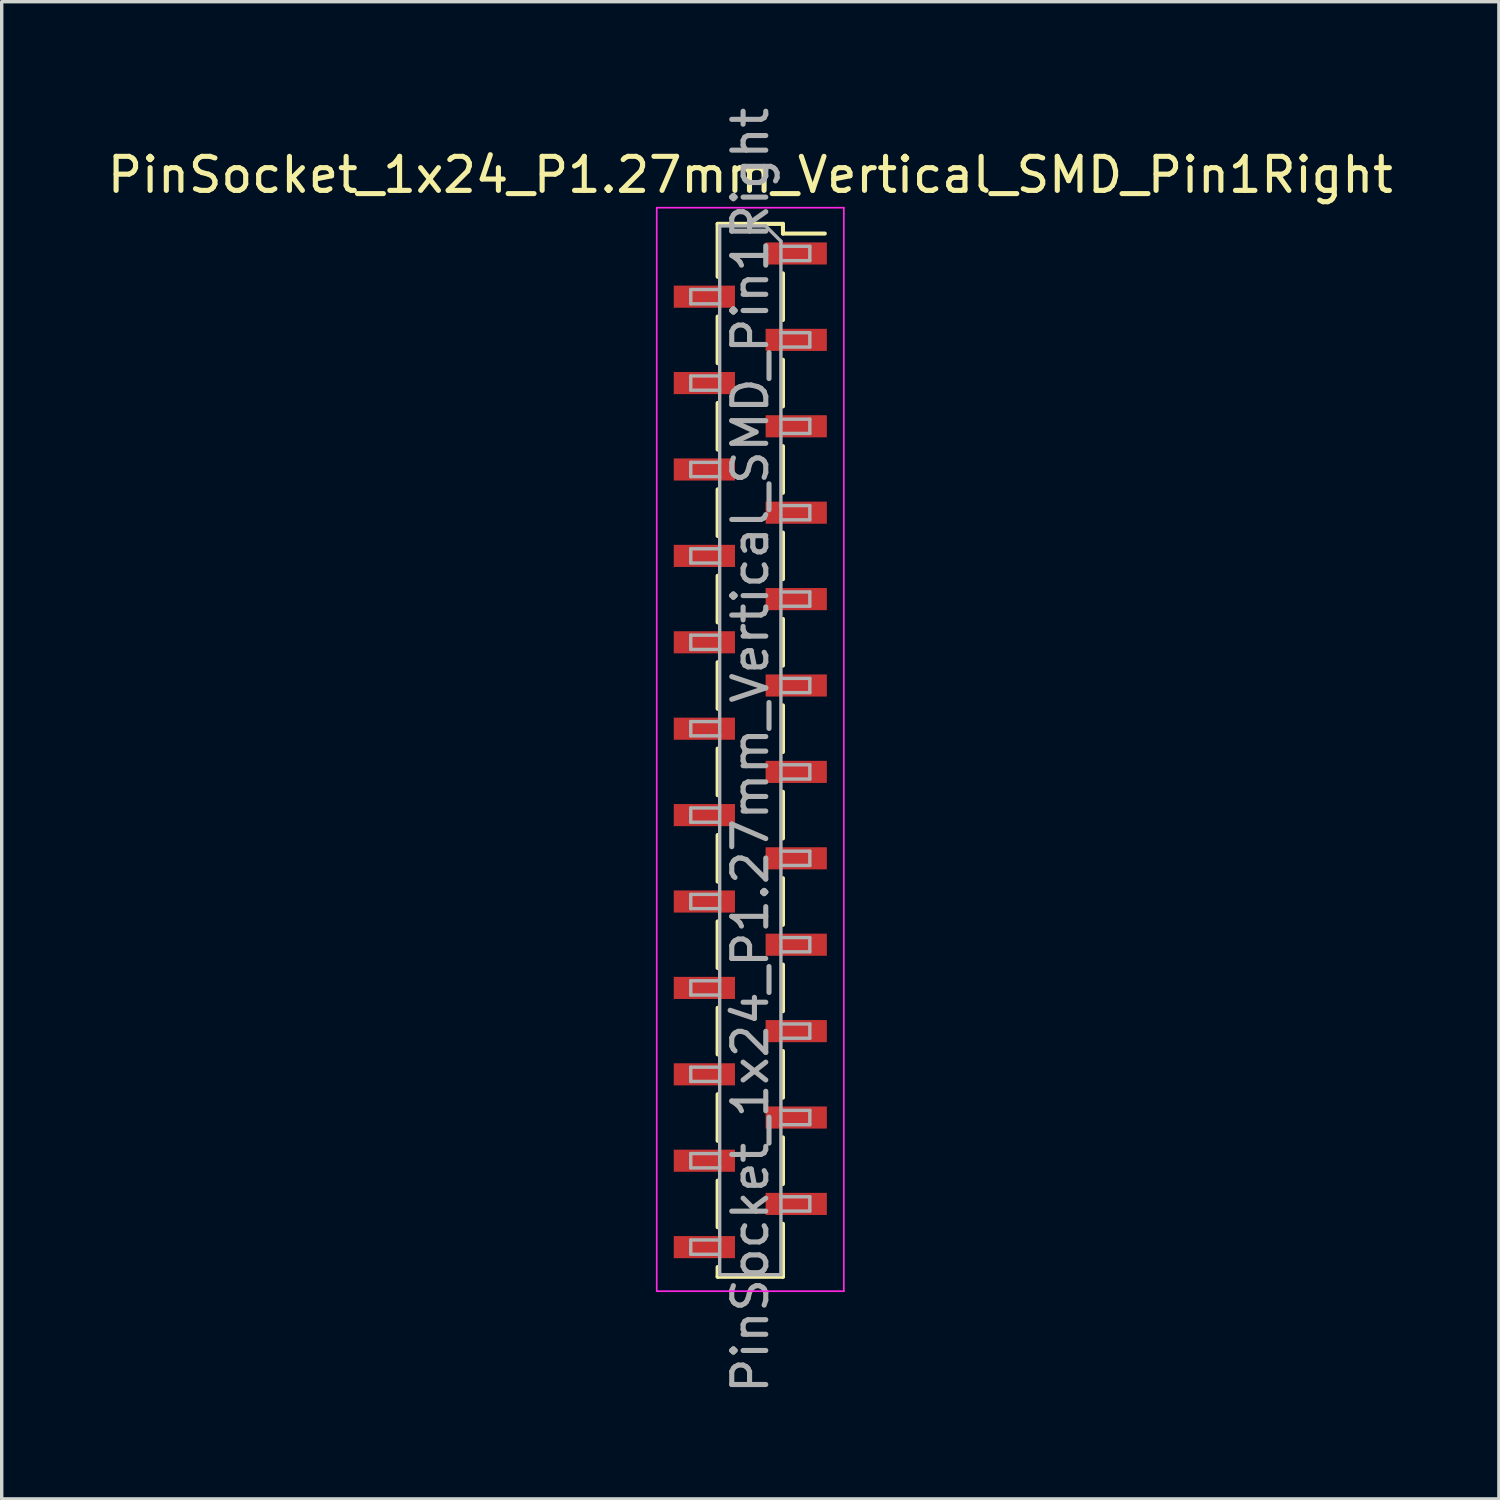
<source format=kicad_pcb>
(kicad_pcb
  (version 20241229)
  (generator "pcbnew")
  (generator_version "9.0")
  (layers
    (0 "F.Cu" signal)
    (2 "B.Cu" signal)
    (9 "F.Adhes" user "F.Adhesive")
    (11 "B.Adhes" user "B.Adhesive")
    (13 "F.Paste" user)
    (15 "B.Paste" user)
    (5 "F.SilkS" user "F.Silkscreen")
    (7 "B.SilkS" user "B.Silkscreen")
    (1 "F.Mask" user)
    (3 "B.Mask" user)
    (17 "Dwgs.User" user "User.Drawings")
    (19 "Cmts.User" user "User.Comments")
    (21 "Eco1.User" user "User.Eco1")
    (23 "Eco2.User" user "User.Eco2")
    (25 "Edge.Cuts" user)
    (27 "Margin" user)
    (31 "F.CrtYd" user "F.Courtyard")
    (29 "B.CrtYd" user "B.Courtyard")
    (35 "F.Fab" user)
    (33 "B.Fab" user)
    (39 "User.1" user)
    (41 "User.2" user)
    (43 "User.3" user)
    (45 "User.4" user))
  (footprint "PinSocket_1x24_P1.27mm_Vertical_SMD_Pin1Right"
    (layer "F.Cu")
    (at 19.006 19.006)
    (property "Reference" "PinSocket_1x24_P1.27mm_Vertical_SMD_Pin1Right" (at 0 -16.915 0) (layer "F.SilkS") (effects (font (size 1 1) (thickness 0.15))))
    (attr smd)
    (fp_line (start -0.96 -15.475) (end -0.96 -13.92) (stroke (width 0.12) (type solid)) (layer "F.SilkS"))
    (fp_line (start -0.96 -15.475) (end 0.96 -15.475) (stroke (width 0.12) (type solid)) (layer "F.SilkS"))
    (fp_line (start -0.96 -12.75) (end -0.96 -11.38) (stroke (width 0.12) (type solid)) (layer "F.SilkS"))
    (fp_line (start -0.96 -10.21) (end -0.96 -8.84) (stroke (width 0.12) (type solid)) (layer "F.SilkS"))
    (fp_line (start -0.96 -7.67) (end -0.96 -6.3) (stroke (width 0.12) (type solid)) (layer "F.SilkS"))
    (fp_line (start -0.96 -5.13) (end -0.96 -3.76) (stroke (width 0.12) (type solid)) (layer "F.SilkS"))
    (fp_line (start -0.96 -2.59) (end -0.96 -1.22) (stroke (width 0.12) (type solid)) (layer "F.SilkS"))
    (fp_line (start -0.96 -0.05) (end -0.96 1.32) (stroke (width 0.12) (type solid)) (layer "F.SilkS"))
    (fp_line (start -0.96 2.49) (end -0.96 3.86) (stroke (width 0.12) (type solid)) (layer "F.SilkS"))
    (fp_line (start -0.96 5.03) (end -0.96 6.4) (stroke (width 0.12) (type solid)) (layer "F.SilkS"))
    (fp_line (start -0.96 7.57) (end -0.96 8.94) (stroke (width 0.12) (type solid)) (layer "F.SilkS"))
    (fp_line (start -0.96 10.11) (end -0.96 11.48) (stroke (width 0.12) (type solid)) (layer "F.SilkS"))
    (fp_line (start -0.96 12.65) (end -0.96 14.02) (stroke (width 0.12) (type solid)) (layer "F.SilkS"))
    (fp_line (start -0.96 15.19) (end -0.96 15.475) (stroke (width 0.12) (type solid)) (layer "F.SilkS"))
    (fp_line (start -0.96 15.475) (end 0.96 15.475) (stroke (width 0.12) (type solid)) (layer "F.SilkS"))
    (fp_line (start 0.96 -15.475) (end 0.96 -15.19) (stroke (width 0.12) (type solid)) (layer "F.SilkS"))
    (fp_line (start 0.96 -15.19) (end 2.19 -15.19) (stroke (width 0.12) (type solid)) (layer "F.SilkS"))
    (fp_line (start 0.96 -14.02) (end 0.96 -12.65) (stroke (width 0.12) (type solid)) (layer "F.SilkS"))
    (fp_line (start 0.96 -11.48) (end 0.96 -10.11) (stroke (width 0.12) (type solid)) (layer "F.SilkS"))
    (fp_line (start 0.96 -8.94) (end 0.96 -7.57) (stroke (width 0.12) (type solid)) (layer "F.SilkS"))
    (fp_line (start 0.96 -6.4) (end 0.96 -5.03) (stroke (width 0.12) (type solid)) (layer "F.SilkS"))
    (fp_line (start 0.96 -3.86) (end 0.96 -2.49) (stroke (width 0.12) (type solid)) (layer "F.SilkS"))
    (fp_line (start 0.96 -1.32) (end 0.96 0.05) (stroke (width 0.12) (type solid)) (layer "F.SilkS"))
    (fp_line (start 0.96 1.22) (end 0.96 2.59) (stroke (width 0.12) (type solid)) (layer "F.SilkS"))
    (fp_line (start 0.96 3.76) (end 0.96 5.13) (stroke (width 0.12) (type solid)) (layer "F.SilkS"))
    (fp_line (start 0.96 6.3) (end 0.96 7.67) (stroke (width 0.12) (type solid)) (layer "F.SilkS"))
    (fp_line (start 0.96 8.84) (end 0.96 10.21) (stroke (width 0.12) (type solid)) (layer "F.SilkS"))
    (fp_line (start 0.96 11.38) (end 0.96 12.75) (stroke (width 0.12) (type solid)) (layer "F.SilkS"))
    (fp_line (start 0.96 13.92) (end 0.96 15.475) (stroke (width 0.12) (type solid)) (layer "F.SilkS"))
    (fp_line (start -2.75 -15.95) (end 2.75 -15.95) (stroke (width 0.05) (type solid)) (layer "F.CrtYd"))
    (fp_line (start -2.75 15.9) (end -2.75 -15.95) (stroke (width 0.05) (type solid)) (layer "F.CrtYd"))
    (fp_line (start 2.75 -15.95) (end 2.75 15.9) (stroke (width 0.05) (type solid)) (layer "F.CrtYd"))
    (fp_line (start 2.75 15.9) (end -2.75 15.9) (stroke (width 0.05) (type solid)) (layer "F.CrtYd"))
    (fp_line (start -1.75 -13.545) (end -0.9 -13.545) (stroke (width 0.1) (type solid)) (layer "F.Fab"))
    (fp_line (start -1.75 -13.125) (end -1.75 -13.545) (stroke (width 0.1) (type solid)) (layer "F.Fab"))
    (fp_line (start -1.75 -11.005) (end -0.9 -11.005) (stroke (width 0.1) (type solid)) (layer "F.Fab"))
    (fp_line (start -1.75 -10.585) (end -1.75 -11.005) (stroke (width 0.1) (type solid)) (layer "F.Fab"))
    (fp_line (start -1.75 -8.465) (end -0.9 -8.465) (stroke (width 0.1) (type solid)) (layer "F.Fab"))
    (fp_line (start -1.75 -8.045) (end -1.75 -8.465) (stroke (width 0.1) (type solid)) (layer "F.Fab"))
    (fp_line (start -1.75 -5.925) (end -0.9 -5.925) (stroke (width 0.1) (type solid)) (layer "F.Fab"))
    (fp_line (start -1.75 -5.505) (end -1.75 -5.925) (stroke (width 0.1) (type solid)) (layer "F.Fab"))
    (fp_line (start -1.75 -3.385) (end -0.9 -3.385) (stroke (width 0.1) (type solid)) (layer "F.Fab"))
    (fp_line (start -1.75 -2.965) (end -1.75 -3.385) (stroke (width 0.1) (type solid)) (layer "F.Fab"))
    (fp_line (start -1.75 -0.845) (end -0.9 -0.845) (stroke (width 0.1) (type solid)) (layer "F.Fab"))
    (fp_line (start -1.75 -0.425) (end -1.75 -0.845) (stroke (width 0.1) (type solid)) (layer "F.Fab"))
    (fp_line (start -1.75 1.695) (end -0.9 1.695) (stroke (width 0.1) (type solid)) (layer "F.Fab"))
    (fp_line (start -1.75 2.115) (end -1.75 1.695) (stroke (width 0.1) (type solid)) (layer "F.Fab"))
    (fp_line (start -1.75 4.235) (end -0.9 4.235) (stroke (width 0.1) (type solid)) (layer "F.Fab"))
    (fp_line (start -1.75 4.655) (end -1.75 4.235) (stroke (width 0.1) (type solid)) (layer "F.Fab"))
    (fp_line (start -1.75 6.775) (end -0.9 6.775) (stroke (width 0.1) (type solid)) (layer "F.Fab"))
    (fp_line (start -1.75 7.195) (end -1.75 6.775) (stroke (width 0.1) (type solid)) (layer "F.Fab"))
    (fp_line (start -1.75 9.315) (end -0.9 9.315) (stroke (width 0.1) (type solid)) (layer "F.Fab"))
    (fp_line (start -1.75 9.735) (end -1.75 9.315) (stroke (width 0.1) (type solid)) (layer "F.Fab"))
    (fp_line (start -1.75 11.855) (end -0.9 11.855) (stroke (width 0.1) (type solid)) (layer "F.Fab"))
    (fp_line (start -1.75 12.275) (end -1.75 11.855) (stroke (width 0.1) (type solid)) (layer "F.Fab"))
    (fp_line (start -1.75 14.395) (end -0.9 14.395) (stroke (width 0.1) (type solid)) (layer "F.Fab"))
    (fp_line (start -1.75 14.815) (end -1.75 14.395) (stroke (width 0.1) (type solid)) (layer "F.Fab"))
    (fp_line (start -0.9 -15.415) (end 0.45 -15.415) (stroke (width 0.1) (type solid)) (layer "F.Fab"))
    (fp_line (start -0.9 -13.125) (end -1.75 -13.125) (stroke (width 0.1) (type solid)) (layer "F.Fab"))
    (fp_line (start -0.9 -10.585) (end -1.75 -10.585) (stroke (width 0.1) (type solid)) (layer "F.Fab"))
    (fp_line (start -0.9 -8.045) (end -1.75 -8.045) (stroke (width 0.1) (type solid)) (layer "F.Fab"))
    (fp_line (start -0.9 -5.505) (end -1.75 -5.505) (stroke (width 0.1) (type solid)) (layer "F.Fab"))
    (fp_line (start -0.9 -2.965) (end -1.75 -2.965) (stroke (width 0.1) (type solid)) (layer "F.Fab"))
    (fp_line (start -0.9 -0.425) (end -1.75 -0.425) (stroke (width 0.1) (type solid)) (layer "F.Fab"))
    (fp_line (start -0.9 2.115) (end -1.75 2.115) (stroke (width 0.1) (type solid)) (layer "F.Fab"))
    (fp_line (start -0.9 4.655) (end -1.75 4.655) (stroke (width 0.1) (type solid)) (layer "F.Fab"))
    (fp_line (start -0.9 7.195) (end -1.75 7.195) (stroke (width 0.1) (type solid)) (layer "F.Fab"))
    (fp_line (start -0.9 9.735) (end -1.75 9.735) (stroke (width 0.1) (type solid)) (layer "F.Fab"))
    (fp_line (start -0.9 12.275) (end -1.75 12.275) (stroke (width 0.1) (type solid)) (layer "F.Fab"))
    (fp_line (start -0.9 14.815) (end -1.75 14.815) (stroke (width 0.1) (type solid)) (layer "F.Fab"))
    (fp_line (start -0.9 15.415) (end -0.9 -15.415) (stroke (width 0.1) (type solid)) (layer "F.Fab"))
    (fp_line (start 0.45 -15.415) (end 0.9 -14.965) (stroke (width 0.1) (type solid)) (layer "F.Fab"))
    (fp_line (start 0.9 -14.965) (end 0.9 15.415) (stroke (width 0.1) (type solid)) (layer "F.Fab"))
    (fp_line (start 0.9 -14.815) (end 1.75 -14.815) (stroke (width 0.1) (type solid)) (layer "F.Fab"))
    (fp_line (start 0.9 -12.275) (end 1.75 -12.275) (stroke (width 0.1) (type solid)) (layer "F.Fab"))
    (fp_line (start 0.9 -9.735) (end 1.75 -9.735) (stroke (width 0.1) (type solid)) (layer "F.Fab"))
    (fp_line (start 0.9 -7.195) (end 1.75 -7.195) (stroke (width 0.1) (type solid)) (layer "F.Fab"))
    (fp_line (start 0.9 -4.655) (end 1.75 -4.655) (stroke (width 0.1) (type solid)) (layer "F.Fab"))
    (fp_line (start 0.9 -2.115) (end 1.75 -2.115) (stroke (width 0.1) (type solid)) (layer "F.Fab"))
    (fp_line (start 0.9 0.425) (end 1.75 0.425) (stroke (width 0.1) (type solid)) (layer "F.Fab"))
    (fp_line (start 0.9 2.965) (end 1.75 2.965) (stroke (width 0.1) (type solid)) (layer "F.Fab"))
    (fp_line (start 0.9 5.505) (end 1.75 5.505) (stroke (width 0.1) (type solid)) (layer "F.Fab"))
    (fp_line (start 0.9 8.045) (end 1.75 8.045) (stroke (width 0.1) (type solid)) (layer "F.Fab"))
    (fp_line (start 0.9 10.585) (end 1.75 10.585) (stroke (width 0.1) (type solid)) (layer "F.Fab"))
    (fp_line (start 0.9 13.125) (end 1.75 13.125) (stroke (width 0.1) (type solid)) (layer "F.Fab"))
    (fp_line (start 0.9 15.415) (end -0.9 15.415) (stroke (width 0.1) (type solid)) (layer "F.Fab"))
    (fp_line (start 1.75 -14.815) (end 1.75 -14.395) (stroke (width 0.1) (type solid)) (layer "F.Fab"))
    (fp_line (start 1.75 -14.395) (end 0.9 -14.395) (stroke (width 0.1) (type solid)) (layer "F.Fab"))
    (fp_line (start 1.75 -12.275) (end 1.75 -11.855) (stroke (width 0.1) (type solid)) (layer "F.Fab"))
    (fp_line (start 1.75 -11.855) (end 0.9 -11.855) (stroke (width 0.1) (type solid)) (layer "F.Fab"))
    (fp_line (start 1.75 -9.735) (end 1.75 -9.315) (stroke (width 0.1) (type solid)) (layer "F.Fab"))
    (fp_line (start 1.75 -9.315) (end 0.9 -9.315) (stroke (width 0.1) (type solid)) (layer "F.Fab"))
    (fp_line (start 1.75 -7.195) (end 1.75 -6.775) (stroke (width 0.1) (type solid)) (layer "F.Fab"))
    (fp_line (start 1.75 -6.775) (end 0.9 -6.775) (stroke (width 0.1) (type solid)) (layer "F.Fab"))
    (fp_line (start 1.75 -4.655) (end 1.75 -4.235) (stroke (width 0.1) (type solid)) (layer "F.Fab"))
    (fp_line (start 1.75 -4.235) (end 0.9 -4.235) (stroke (width 0.1) (type solid)) (layer "F.Fab"))
    (fp_line (start 1.75 -2.115) (end 1.75 -1.695) (stroke (width 0.1) (type solid)) (layer "F.Fab"))
    (fp_line (start 1.75 -1.695) (end 0.9 -1.695) (stroke (width 0.1) (type solid)) (layer "F.Fab"))
    (fp_line (start 1.75 0.425) (end 1.75 0.845) (stroke (width 0.1) (type solid)) (layer "F.Fab"))
    (fp_line (start 1.75 0.845) (end 0.9 0.845) (stroke (width 0.1) (type solid)) (layer "F.Fab"))
    (fp_line (start 1.75 2.965) (end 1.75 3.385) (stroke (width 0.1) (type solid)) (layer "F.Fab"))
    (fp_line (start 1.75 3.385) (end 0.9 3.385) (stroke (width 0.1) (type solid)) (layer "F.Fab"))
    (fp_line (start 1.75 5.505) (end 1.75 5.925) (stroke (width 0.1) (type solid)) (layer "F.Fab"))
    (fp_line (start 1.75 5.925) (end 0.9 5.925) (stroke (width 0.1) (type solid)) (layer "F.Fab"))
    (fp_line (start 1.75 8.045) (end 1.75 8.465) (stroke (width 0.1) (type solid)) (layer "F.Fab"))
    (fp_line (start 1.75 8.465) (end 0.9 8.465) (stroke (width 0.1) (type solid)) (layer "F.Fab"))
    (fp_line (start 1.75 10.585) (end 1.75 11.005) (stroke (width 0.1) (type solid)) (layer "F.Fab"))
    (fp_line (start 1.75 11.005) (end 0.9 11.005) (stroke (width 0.1) (type solid)) (layer "F.Fab"))
    (fp_line (start 1.75 13.125) (end 1.75 13.545) (stroke (width 0.1) (type solid)) (layer "F.Fab"))
    (fp_line (start 1.75 13.545) (end 0.9 13.545) (stroke (width 0.1) (type solid)) (layer "F.Fab"))
    (fp_text user "${REFERENCE}" (at 0 0 90) (layer "F.Fab") (effects (font (size 1 1) (thickness 0.15))))
    (pad "1" smd rect (at 1.35 -14.605) (size 1.8 0.65) (layers "F.Cu" "F.Mask" "F.Paste"))
    (pad "2" smd rect (at -1.35 -13.335) (size 1.8 0.65) (layers "F.Cu" "F.Mask" "F.Paste"))
    (pad "3" smd rect (at 1.35 -12.065) (size 1.8 0.65) (layers "F.Cu" "F.Mask" "F.Paste"))
    (pad "4" smd rect (at -1.35 -10.795) (size 1.8 0.65) (layers "F.Cu" "F.Mask" "F.Paste"))
    (pad "5" smd rect (at 1.35 -9.525) (size 1.8 0.65) (layers "F.Cu" "F.Mask" "F.Paste"))
    (pad "6" smd rect (at -1.35 -8.255) (size 1.8 0.65) (layers "F.Cu" "F.Mask" "F.Paste"))
    (pad "7" smd rect (at 1.35 -6.985) (size 1.8 0.65) (layers "F.Cu" "F.Mask" "F.Paste"))
    (pad "8" smd rect (at -1.35 -5.715) (size 1.8 0.65) (layers "F.Cu" "F.Mask" "F.Paste"))
    (pad "9" smd rect (at 1.35 -4.445) (size 1.8 0.65) (layers "F.Cu" "F.Mask" "F.Paste"))
    (pad "10" smd rect (at -1.35 -3.175) (size 1.8 0.65) (layers "F.Cu" "F.Mask" "F.Paste"))
    (pad "11" smd rect (at 1.35 -1.905) (size 1.8 0.65) (layers "F.Cu" "F.Mask" "F.Paste"))
    (pad "12" smd rect (at -1.35 -0.635) (size 1.8 0.65) (layers "F.Cu" "F.Mask" "F.Paste"))
    (pad "13" smd rect (at 1.35 0.635) (size 1.8 0.65) (layers "F.Cu" "F.Mask" "F.Paste"))
    (pad "14" smd rect (at -1.35 1.905) (size 1.8 0.65) (layers "F.Cu" "F.Mask" "F.Paste"))
    (pad "15" smd rect (at 1.35 3.175) (size 1.8 0.65) (layers "F.Cu" "F.Mask" "F.Paste"))
    (pad "16" smd rect (at -1.35 4.445) (size 1.8 0.65) (layers "F.Cu" "F.Mask" "F.Paste"))
    (pad "17" smd rect (at 1.35 5.715) (size 1.8 0.65) (layers "F.Cu" "F.Mask" "F.Paste"))
    (pad "18" smd rect (at -1.35 6.985) (size 1.8 0.65) (layers "F.Cu" "F.Mask" "F.Paste"))
    (pad "19" smd rect (at 1.35 8.255) (size 1.8 0.65) (layers "F.Cu" "F.Mask" "F.Paste"))
    (pad "20" smd rect (at -1.35 9.525) (size 1.8 0.65) (layers "F.Cu" "F.Mask" "F.Paste"))
    (pad "21" smd rect (at 1.35 10.795) (size 1.8 0.65) (layers "F.Cu" "F.Mask" "F.Paste"))
    (pad "22" smd rect (at -1.35 12.065) (size 1.8 0.65) (layers "F.Cu" "F.Mask" "F.Paste"))
    (pad "23" smd rect (at 1.35 13.335) (size 1.8 0.65) (layers "F.Cu" "F.Mask" "F.Paste"))
    (pad "24" smd rect (at -1.35 14.605) (size 1.8 0.65) (layers "F.Cu" "F.Mask" "F.Paste")))
  (gr_rect
    (start -3 -3)
    (end 41.012 41.012)
    (stroke (width 0.1) (type default))
    (fill no)
    (layer "Edge.Cuts")))
</source>
